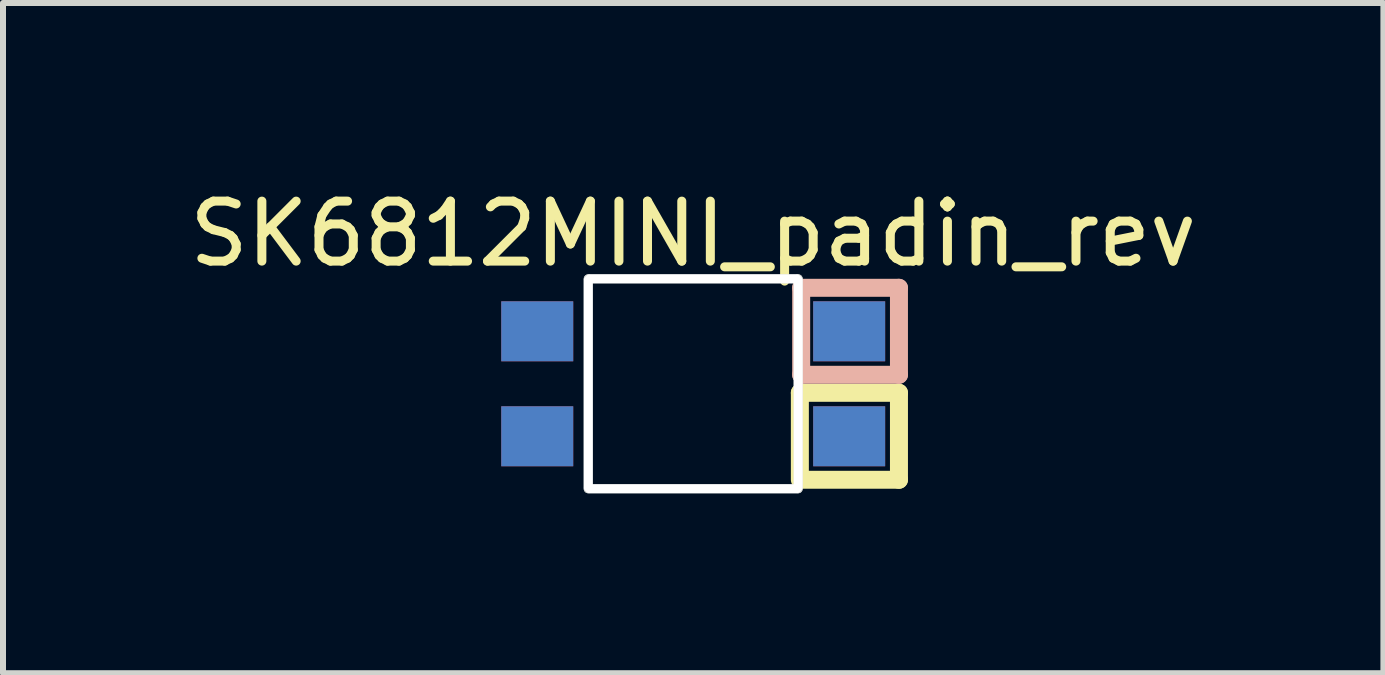
<source format=kicad_pcb>
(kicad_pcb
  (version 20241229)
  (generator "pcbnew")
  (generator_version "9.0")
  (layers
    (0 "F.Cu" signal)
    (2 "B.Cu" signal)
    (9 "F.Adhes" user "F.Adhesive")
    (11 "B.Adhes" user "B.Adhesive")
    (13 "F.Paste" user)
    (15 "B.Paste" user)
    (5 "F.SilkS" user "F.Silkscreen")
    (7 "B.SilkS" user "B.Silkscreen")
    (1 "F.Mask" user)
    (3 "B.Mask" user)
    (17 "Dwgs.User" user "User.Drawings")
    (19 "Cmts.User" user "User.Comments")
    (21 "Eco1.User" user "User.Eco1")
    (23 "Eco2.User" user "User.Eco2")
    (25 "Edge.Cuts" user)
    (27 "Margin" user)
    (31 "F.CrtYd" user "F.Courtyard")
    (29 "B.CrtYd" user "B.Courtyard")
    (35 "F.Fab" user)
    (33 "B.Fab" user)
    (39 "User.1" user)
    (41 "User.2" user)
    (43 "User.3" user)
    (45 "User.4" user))
  (footprint "SK6812MINI_padin_rev"
    (layer "F.Cu")
    (at 8.506 3.348)
    (property "Reference" "SK6812MINI_padin_rev" (at 0 -2.5 0) (layer "F.SilkS") (effects (font (size 1 1) (thickness 0.15))))
    (attr through_hole)
    (fp_line (start 1.778 0.15) (end 3.43 0.15) (stroke (width 0.3) (type solid)) (layer "F.SilkS"))
    (fp_line (start 1.778 1.6) (end 1.778 0.15) (stroke (width 0.3) (type solid)) (layer "F.SilkS"))
    (fp_line (start 3.43 0.15) (end 3.43 1.6) (stroke (width 0.3) (type solid)) (layer "F.SilkS"))
    (fp_line (start 3.43 1.6) (end 1.8 1.6) (stroke (width 0.3) (type solid)) (layer "F.SilkS"))
    (fp_line (start 1.8 -1.6) (end 3.43 -1.6) (stroke (width 0.3) (type solid)) (layer "B.SilkS"))
    (fp_line (start 1.8 -0.15) (end 1.8 -1.6) (stroke (width 0.3) (type solid)) (layer "B.SilkS"))
    (fp_line (start 3.43 -1.6) (end 3.43 -0.15) (stroke (width 0.3) (type solid)) (layer "B.SilkS"))
    (fp_line (start 3.43 -0.15) (end 1.8 -0.15) (stroke (width 0.3) (type solid)) (layer "B.SilkS"))
    (fp_line (start -1.75 -1.75) (end -1.75 1.75) (stroke (width 0.15) (type solid)) (layer "Edge.Cuts"))
    (fp_line (start -1.75 -1.75) (end 1.75 -1.75) (stroke (width 0.15) (type solid)) (layer "Edge.Cuts"))
    (fp_line (start 1.75 -1.75) (end 1.75 1.75) (stroke (width 0.15) (type solid)) (layer "Edge.Cuts"))
    (fp_line (start 1.75 1.75) (end -1.75 1.75) (stroke (width 0.15) (type solid)) (layer "Edge.Cuts"))
    (pad "" np_thru_hole oval (at -1.75 0) (size 0.15 3.6) (drill oval 0.15 3.6) (layers "*.Cu" "*.Mask"))
    (pad "" np_thru_hole oval (at 0 -1.75) (size 3.6 0.15) (drill oval 3.6 0.15) (layers "*.Cu" "*.Mask"))
    (pad "" np_thru_hole oval (at 0 1.75) (size 3.6 0.15) (drill oval 3.6 0.15) (layers "*.Cu" "*.Mask"))
    (pad "" np_thru_hole oval (at 1.75 0) (size 0.15 3.6) (drill oval 0.15 3.6) (layers "*.Cu" "*.Mask"))
    (pad "1" smd rect (at -2.6 -0.875) (size 1.2 1) (layers "B.Cu" "B.Mask" "B.Paste"))
    (pad "1" smd rect (at -2.6 0.875) (size 1.2 1) (layers "F.Cu" "F.Mask" "F.Paste"))
    (pad "2" smd rect (at -2.6 -0.875) (size 1.2 1) (layers "F.Cu" "F.Mask" "F.Paste"))
    (pad "2" smd rect (at -2.6 0.875) (size 1.2 1) (layers "B.Cu" "B.Mask" "B.Paste"))
    (pad "3" smd rect (at 2.6 -0.875) (size 1.2 1) (layers "F.Cu" "F.Mask" "F.Paste"))
    (pad "3" smd rect (at 2.6 0.875) (size 1.2 1) (layers "B.Cu" "B.Mask" "B.Paste"))
    (pad "4" smd rect (at 2.6 -0.875) (size 1.2 1) (layers "B.Cu" "B.Mask" "B.Paste"))
    (pad "4" smd rect (at 2.6 0.875) (size 1.2 1) (layers "F.Cu" "F.Mask" "F.Paste")))
  (gr_rect
    (start -3 -3)
    (end 20.012 8.173)
    (stroke (width 0.1) (type default))
    (fill no)
    (layer "Edge.Cuts")))
</source>
